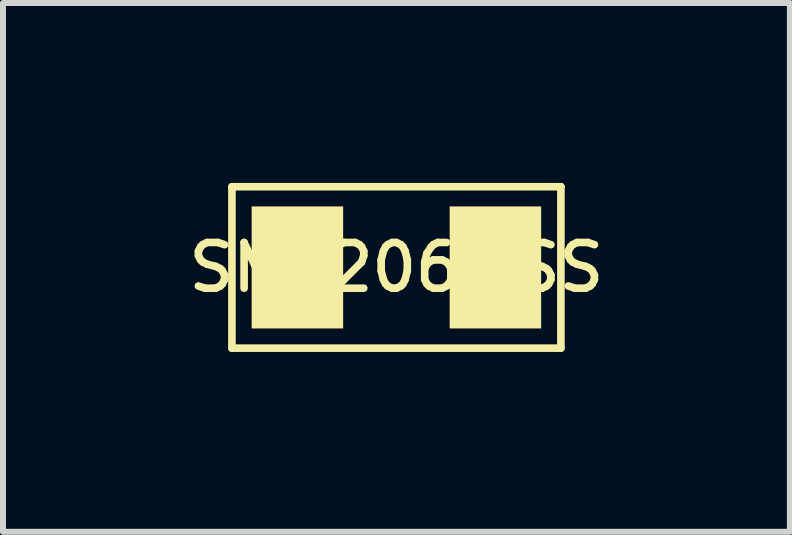
<source format=kicad_pcb>
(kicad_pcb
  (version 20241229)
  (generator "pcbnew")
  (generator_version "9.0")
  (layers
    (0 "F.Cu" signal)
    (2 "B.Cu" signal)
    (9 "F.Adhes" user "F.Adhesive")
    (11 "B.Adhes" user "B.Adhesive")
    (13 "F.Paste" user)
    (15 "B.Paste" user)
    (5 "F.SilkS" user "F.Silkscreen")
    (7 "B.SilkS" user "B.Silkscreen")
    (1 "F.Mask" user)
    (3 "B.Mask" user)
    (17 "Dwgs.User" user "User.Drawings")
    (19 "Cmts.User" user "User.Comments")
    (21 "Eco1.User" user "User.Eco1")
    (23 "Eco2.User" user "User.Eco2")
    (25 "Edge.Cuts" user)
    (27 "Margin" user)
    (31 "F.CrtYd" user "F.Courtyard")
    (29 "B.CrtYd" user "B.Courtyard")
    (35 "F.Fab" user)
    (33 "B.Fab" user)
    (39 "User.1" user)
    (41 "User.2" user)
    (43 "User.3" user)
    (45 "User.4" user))
  (footprint "SM1206-SS"
    (layer "F.Cu")
    (at 3.561 1.41)
    (property "Reference" "SM1206-SS" (at 0 0 0) (layer "F.SilkS") (effects (font (size 0.762 0.762) (thickness 0.127))))
    (attr smd)
    (fp_line (start -2.743 -1.346) (end 2.743 -1.346) (stroke (width 0.127) (type solid)) (layer "F.SilkS"))
    (fp_line (start -2.743 1.346) (end -2.743 -1.346) (stroke (width 0.127) (type solid)) (layer "F.SilkS"))
    (fp_line (start 2.743 -1.346) (end 2.743 1.346) (stroke (width 0.127) (type solid)) (layer "F.SilkS"))
    (fp_line (start 2.743 1.346) (end -2.743 1.346) (stroke (width 0.127) (type solid)) (layer "F.SilkS"))
    (pad "1" smd rect (at -1.651 0) (size 1.524 2.032) (layers "F.Cu" "F.Mask" "F.SilkS" "F.Paste"))
    (pad "2" smd rect (at 1.651 0) (size 1.524 2.032) (layers "F.Cu" "F.Mask" "F.SilkS" "F.Paste")))
  (gr_rect
    (start -3 -3)
    (end 10.123 5.819)
    (stroke (width 0.1) (type default))
    (fill no)
    (layer "Edge.Cuts")))
</source>
